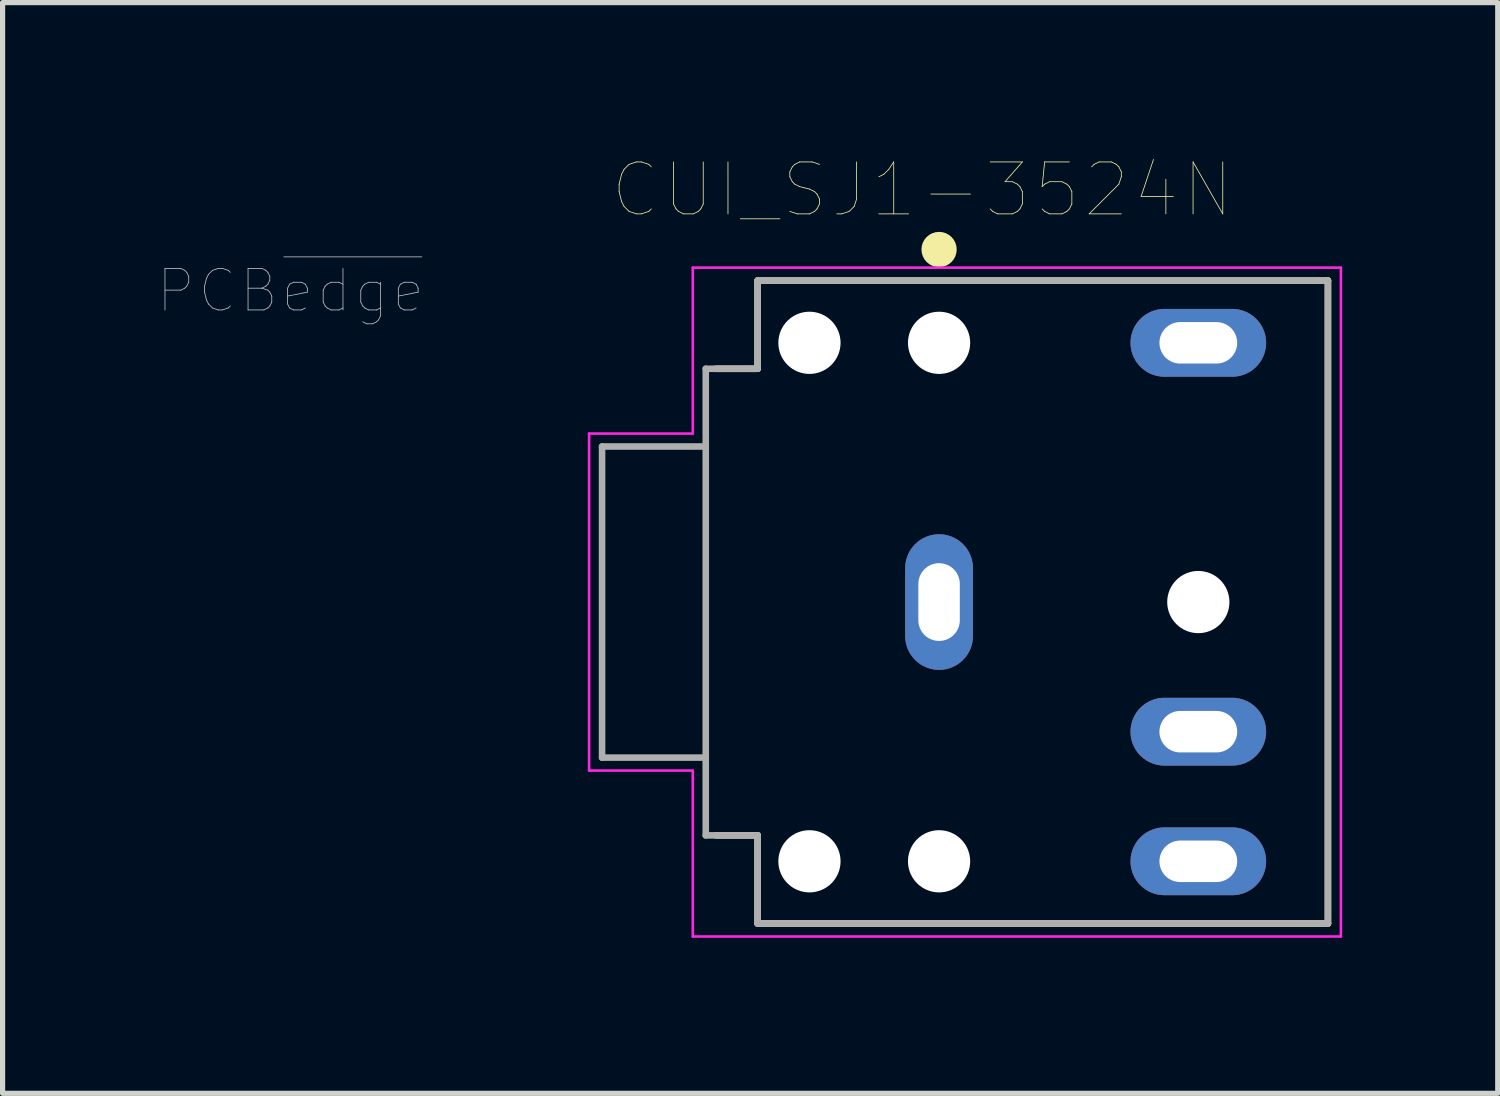
<source format=kicad_pcb>
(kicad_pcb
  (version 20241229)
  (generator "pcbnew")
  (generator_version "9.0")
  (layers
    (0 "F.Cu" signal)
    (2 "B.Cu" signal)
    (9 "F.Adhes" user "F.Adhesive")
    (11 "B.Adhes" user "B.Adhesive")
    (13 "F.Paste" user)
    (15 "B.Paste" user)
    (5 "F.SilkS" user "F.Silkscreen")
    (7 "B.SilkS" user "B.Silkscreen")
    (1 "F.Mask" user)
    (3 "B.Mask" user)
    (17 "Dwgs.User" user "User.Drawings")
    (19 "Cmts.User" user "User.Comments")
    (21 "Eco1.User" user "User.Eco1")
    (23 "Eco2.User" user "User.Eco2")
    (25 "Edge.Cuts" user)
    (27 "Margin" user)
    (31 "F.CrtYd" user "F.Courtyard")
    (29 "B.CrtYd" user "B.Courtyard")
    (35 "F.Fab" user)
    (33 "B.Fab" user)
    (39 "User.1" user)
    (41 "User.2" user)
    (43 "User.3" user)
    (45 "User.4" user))
  (footprint "CUI_SJ1-3524N"
    (layer "F.Cu")
    (at 15.062 8.562)
    (property "Reference" "CUI_SJ1-3524N" (at -0.326 -7.95 0) (layer "F.SilkS") (effects (font (size 1.002 1.002) (thickness 0.015))))
    (attr through_hole)
    (fp_line (start -3.5 -6.2) (end -3.5 -4.5) (stroke (width 0.127) (type solid)) (layer "F.SilkS"))
    (fp_line (start -3.5 -4.5) (end -4.3 -4.5) (stroke (width 0.127) (type solid)) (layer "F.SilkS"))
    (fp_line (start -3.5 4.5) (end -4.3 4.5) (stroke (width 0.127) (type solid)) (layer "F.SilkS"))
    (fp_line (start -3.5 4.5) (end -3.5 6.2) (stroke (width 0.127) (type solid)) (layer "F.SilkS"))
    (fp_line (start 7.5 -6.2) (end -3.5 -6.2) (stroke (width 0.127) (type solid)) (layer "F.SilkS"))
    (fp_line (start 7.5 -6.2) (end 7.5 6.2) (stroke (width 0.127) (type solid)) (layer "F.SilkS"))
    (fp_line (start 7.5 6.2) (end -3.5 6.2) (stroke (width 0.127) (type solid)) (layer "F.SilkS"))
    (fp_circle (center 0 -6.8) (end 0.17 -6.8) (stroke (width 0.34) (type solid)) (fill no) (layer "F.SilkS"))
    (fp_line (start -4.5 -6) (end -4.5 -2) (stroke (width 0.0001) (type solid)) (layer "Edge.Cuts"))
    (fp_line (start -4.5 -2) (end -3.3 -2) (stroke (width 0.0001) (type solid)) (layer "Edge.Cuts"))
    (fp_line (start -4.5 2) (end -4.5 6) (stroke (width 0.0001) (type solid)) (layer "Edge.Cuts"))
    (fp_line (start -3.3 -2) (end -3.3 2) (stroke (width 0.0001) (type solid)) (layer "Edge.Cuts"))
    (fp_line (start -3.3 2) (end -4.5 2) (stroke (width 0.0001) (type solid)) (layer "Edge.Cuts"))
    (fp_line (start -6.75 -3.25) (end -6.75 3.25) (stroke (width 0.05) (type solid)) (layer "F.CrtYd"))
    (fp_line (start -6.75 3.25) (end -4.75 3.25) (stroke (width 0.05) (type solid)) (layer "F.CrtYd"))
    (fp_line (start -4.75 -6.45) (end -4.75 -3.25) (stroke (width 0.05) (type solid)) (layer "F.CrtYd"))
    (fp_line (start -4.75 -6.45) (end 7.75 -6.45) (stroke (width 0.05) (type solid)) (layer "F.CrtYd"))
    (fp_line (start -4.75 -3.25) (end -6.75 -3.25) (stroke (width 0.05) (type solid)) (layer "F.CrtYd"))
    (fp_line (start -4.75 3.25) (end -4.75 6.45) (stroke (width 0.05) (type solid)) (layer "F.CrtYd"))
    (fp_line (start 7.75 -6.45) (end 7.75 6.45) (stroke (width 0.05) (type solid)) (layer "F.CrtYd"))
    (fp_line (start 7.75 6.45) (end -4.75 6.45) (stroke (width 0.05) (type solid)) (layer "F.CrtYd"))
    (fp_line (start -6.5 -3) (end -6.5 3) (stroke (width 0.127) (type solid)) (layer "F.Fab"))
    (fp_line (start -6.5 3) (end -4.5 3) (stroke (width 0.127) (type solid)) (layer "F.Fab"))
    (fp_line (start -4.5 -4.5) (end -4.5 -3) (stroke (width 0.127) (type solid)) (layer "F.Fab"))
    (fp_line (start -4.5 -3) (end -6.5 -3) (stroke (width 0.127) (type solid)) (layer "F.Fab"))
    (fp_line (start -4.5 -3) (end -4.5 3) (stroke (width 0.127) (type solid)) (layer "F.Fab"))
    (fp_line (start -4.5 3) (end -4.5 4.5) (stroke (width 0.127) (type solid)) (layer "F.Fab"))
    (fp_line (start -4.5 4.5) (end -3.5 4.5) (stroke (width 0.127) (type solid)) (layer "F.Fab"))
    (fp_line (start -3.5 -6.2) (end -3.5 -4.5) (stroke (width 0.127) (type solid)) (layer "F.Fab"))
    (fp_line (start -3.5 -4.5) (end -4.5 -4.5) (stroke (width 0.127) (type solid)) (layer "F.Fab"))
    (fp_line (start -3.5 4.5) (end -3.5 6.2) (stroke (width 0.127) (type solid)) (layer "F.Fab"))
    (fp_line (start 7.5 -6.2) (end -3.5 -6.2) (stroke (width 0.127) (type solid)) (layer "F.Fab"))
    (fp_line (start 7.5 -6.2) (end 7.5 6.2) (stroke (width 0.127) (type solid)) (layer "F.Fab"))
    (fp_line (start 7.5 6.2) (end -3.5 6.2) (stroke (width 0.127) (type solid)) (layer "F.Fab"))
    (fp_text user "PCB~{edge}" (at -12.508 -6.004 0) (layer "Dwgs.User") (effects (font (size 0.801 0.801) (thickness 0.015))))
    (pad "" np_thru_hole circle (at -2.5 -5) (size 1.2 1.2) (drill 1.2) (layers "*.Cu" "*.Mask"))
    (pad "" np_thru_hole circle (at -2.5 5) (size 1.2 1.2) (drill 1.2) (layers "*.Cu" "*.Mask"))
    (pad "" np_thru_hole circle (at 0 -5) (size 1.2 1.2) (drill 1.2) (layers "*.Cu" "*.Mask"))
    (pad "" np_thru_hole circle (at 0 5) (size 1.2 1.2) (drill 1.2) (layers "*.Cu" "*.Mask"))
    (pad "" np_thru_hole circle (at 5 0) (size 1.2 1.2) (drill 1.2) (layers "*.Cu" "*.Mask"))
    (pad "1" thru_hole oval (at 0 0) (size 1.308 2.616) (drill oval 0.8 1.5) (layers "*.Cu" "*.Mask"))
    (pad "2" thru_hole oval (at 5 5) (size 2.616 1.308) (drill oval 1.5 0.8) (layers "*.Cu" "*.Mask"))
    (pad "3" thru_hole oval (at 5 -5) (size 2.616 1.308) (drill oval 1.5 0.8) (layers "*.Cu" "*.Mask"))
    (pad "10" thru_hole oval (at 5 2.5) (size 2.616 1.308) (drill oval 1.5 0.8) (layers "*.Cu" "*.Mask")))
  (gr_rect
    (start -3 -3)
    (end 25.837 18.037)
    (stroke (width 0.1) (type default))
    (fill no)
    (layer "Edge.Cuts")))
</source>
